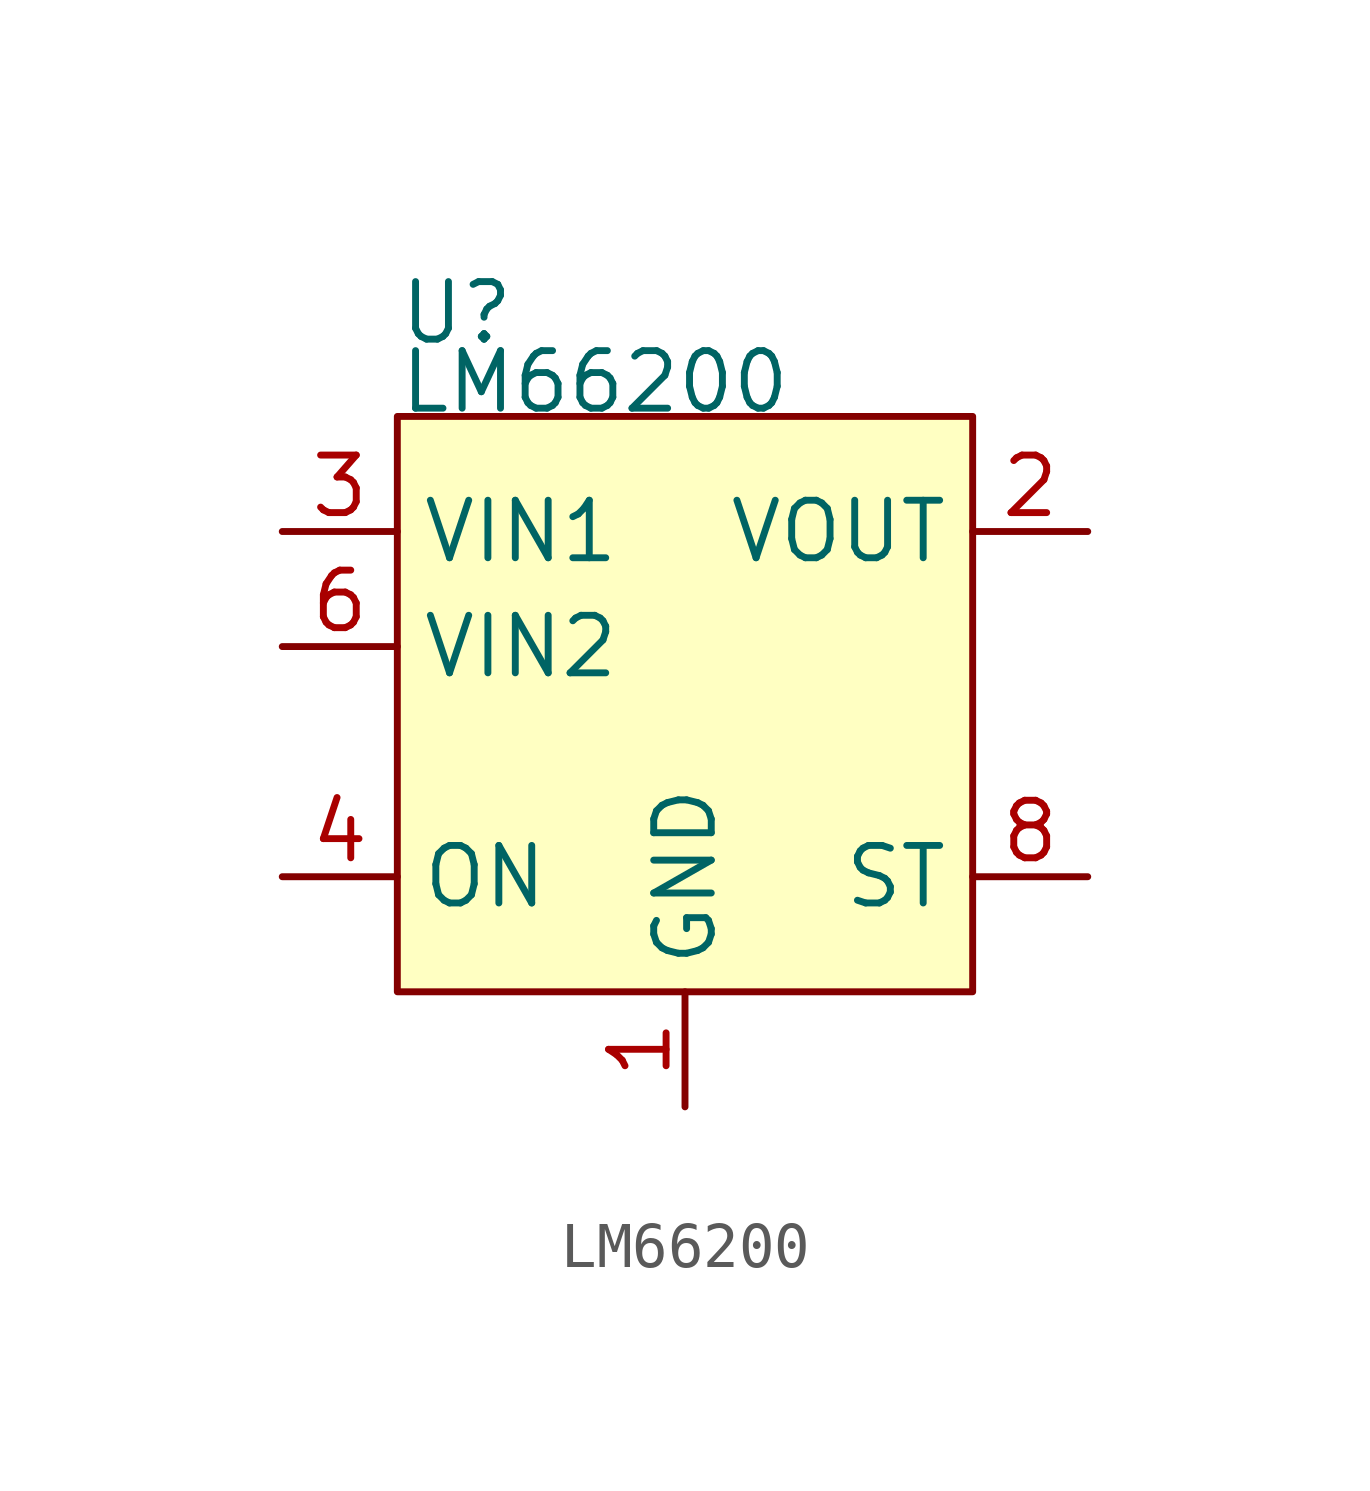
<source format=kicad_sym>
(kicad_symbol_lib
  (version 20231120)
  (generator "kicad_symbol_editor")
  (generator_version "8.0")
  (symbol "LM66200"
    (property "Reference" "U"
      (at -6.35 8.636 0)
      (effects (font (size 1.27 1.27)) (justify left)))
    (property "Value" "LM66200"
      (at -6.35 7.112 0)
      (effects (font (size 1.27 1.27)) (justify left)))
    (symbol "LM66200_0_0"
      (pin power_in line (at 0 -8.89 90) (length 2.54) (name "GND" (effects (font (size 1.27 1.27)))) (number "1" (effects (font (size 1.27 1.27)))))
      (pin power_out line (at 8.89 3.81 180) (length 2.54) (name "VOUT" (effects (font (size 1.27 1.27)))) (number "2" (effects (font (size 1.27 1.27)))))
      (pin power_in line (at -8.89 3.81 0) (length 2.54) (name "VIN1" (effects (font (size 1.27 1.27)))) (number "3" (effects (font (size 1.27 1.27)))))
      (pin input line (at -8.89 -3.81 0) (length 2.54) (name "ON" (effects (font (size 1.27 1.27)))) (number "4" (effects (font (size 1.27 1.27))))))
    (symbol "LM66200_1_0"
      (pin power_in line (at 0 -8.89 90) (length 2.54) hide (name "GND" (effects (font (size 1.27 1.27)))) (number "5" (effects (font (size 1.27 1.27)))))
      (pin power_in line (at -8.89 1.27 0) (length 2.54) (name "VIN2" (effects (font (size 1.27 1.27)))) (number "6" (effects (font (size 1.27 1.27)))))
      (pin power_out line (at 8.89 3.81 180) (length 2.54) hide (name "VOUT" (effects (font (size 1.27 1.27)))) (number "7" (effects (font (size 1.27 1.27)))))
      (pin output line (at 8.89 -3.81 180) (length 2.54) (name "ST" (effects (font (size 1.27 1.27)))) (number "8" (effects (font (size 1.27 1.27))))))
    (symbol "LM66200_1_1"
      (rectangle (start -6.35 6.35) (end 6.35 -6.35) (stroke (width 0) (type default)) (fill (type background))))))
</source>
